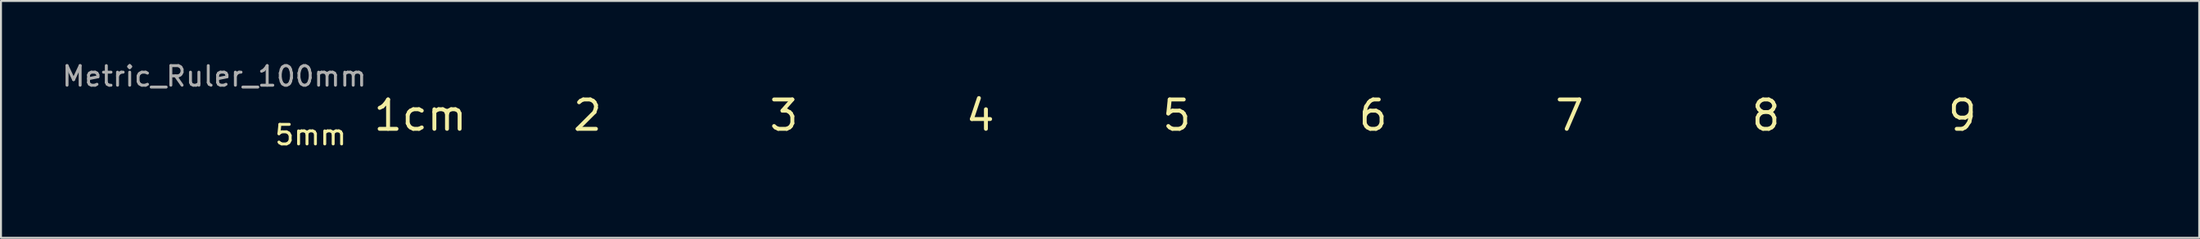
<source format=kicad_pcb>
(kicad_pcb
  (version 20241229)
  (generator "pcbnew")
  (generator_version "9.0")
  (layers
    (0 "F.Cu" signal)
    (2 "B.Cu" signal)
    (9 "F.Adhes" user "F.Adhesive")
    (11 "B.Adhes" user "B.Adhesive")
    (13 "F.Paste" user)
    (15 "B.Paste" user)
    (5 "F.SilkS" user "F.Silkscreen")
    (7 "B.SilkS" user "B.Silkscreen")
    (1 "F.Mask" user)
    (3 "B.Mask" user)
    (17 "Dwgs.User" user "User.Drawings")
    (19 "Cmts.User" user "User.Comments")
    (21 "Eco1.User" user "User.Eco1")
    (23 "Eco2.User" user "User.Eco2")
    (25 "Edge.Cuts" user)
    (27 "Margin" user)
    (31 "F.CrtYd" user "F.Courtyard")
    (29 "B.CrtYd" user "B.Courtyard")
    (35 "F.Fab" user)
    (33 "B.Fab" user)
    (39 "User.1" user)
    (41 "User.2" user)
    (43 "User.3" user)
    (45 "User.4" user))
  (footprint "Metric_Ruler_100mm"
    (layer "F.Cu")
    (at 5.863 5.848)
    (property "Reference" "Metric_Ruler_100mm" (at 2 -5 0) (layer "F.Fab") (effects (font (size 1 1) (thickness 0.15))))
    (attr through_hole)
    (fp_line (start 0 0) (end 0 -3) (stroke (width 0.12) (type solid)) (layer "F.Paste"))
    (fp_line (start 1 0) (end 1 -1) (stroke (width 0.12) (type solid)) (layer "F.Paste"))
    (fp_line (start 2 0) (end 2 -1) (stroke (width 0.12) (type solid)) (layer "F.Paste"))
    (fp_line (start 3 0) (end 3 -1) (stroke (width 0.12) (type solid)) (layer "F.Paste"))
    (fp_line (start 4 0) (end 4 -1) (stroke (width 0.12) (type solid)) (layer "F.Paste"))
    (fp_line (start 5 0) (end 5 -2) (stroke (width 0.12) (type solid)) (layer "F.Paste"))
    (fp_line (start 6 0) (end 6 -1) (stroke (width 0.12) (type solid)) (layer "F.Paste"))
    (fp_line (start 7 0) (end 7 -1) (stroke (width 0.12) (type solid)) (layer "F.Paste"))
    (fp_line (start 8 0) (end 8 -1) (stroke (width 0.12) (type solid)) (layer "F.Paste"))
    (fp_line (start 9 0) (end 9 -1) (stroke (width 0.12) (type solid)) (layer "F.Paste"))
    (fp_line (start 10 0) (end 10 -3) (stroke (width 0.12) (type solid)) (layer "F.Paste"))
    (fp_line (start 11 0) (end 11 -1) (stroke (width 0.12) (type solid)) (layer "F.Paste"))
    (fp_line (start 12 0) (end 12 -1) (stroke (width 0.12) (type solid)) (layer "F.Paste"))
    (fp_line (start 13 0) (end 13 -1) (stroke (width 0.12) (type solid)) (layer "F.Paste"))
    (fp_line (start 14 0) (end 14 -1) (stroke (width 0.12) (type solid)) (layer "F.Paste"))
    (fp_line (start 15 0) (end 15 -2) (stroke (width 0.12) (type solid)) (layer "F.Paste"))
    (fp_line (start 16 0) (end 16 -1) (stroke (width 0.12) (type solid)) (layer "F.Paste"))
    (fp_line (start 17 0) (end 17 -1) (stroke (width 0.12) (type solid)) (layer "F.Paste"))
    (fp_line (start 18 0) (end 18 -1) (stroke (width 0.12) (type solid)) (layer "F.Paste"))
    (fp_line (start 19 0) (end 19 -1) (stroke (width 0.12) (type solid)) (layer "F.Paste"))
    (fp_line (start 20 0) (end 20 -3) (stroke (width 0.12) (type solid)) (layer "F.Paste"))
    (fp_line (start 21 0) (end 21 -1) (stroke (width 0.12) (type solid)) (layer "F.Paste"))
    (fp_line (start 22 0) (end 22 -1) (stroke (width 0.12) (type solid)) (layer "F.Paste"))
    (fp_line (start 23 0) (end 23 -1) (stroke (width 0.12) (type solid)) (layer "F.Paste"))
    (fp_line (start 24 0) (end 24 -1) (stroke (width 0.12) (type solid)) (layer "F.Paste"))
    (fp_line (start 25 0) (end 25 -2) (stroke (width 0.12) (type solid)) (layer "F.Paste"))
    (fp_line (start 26 0) (end 26 -1) (stroke (width 0.12) (type solid)) (layer "F.Paste"))
    (fp_line (start 27 0) (end 27 -1) (stroke (width 0.12) (type solid)) (layer "F.Paste"))
    (fp_line (start 28 0) (end 28 -1) (stroke (width 0.12) (type solid)) (layer "F.Paste"))
    (fp_line (start 29 0) (end 29 -1) (stroke (width 0.12) (type solid)) (layer "F.Paste"))
    (fp_line (start 30 0) (end 30 -3) (stroke (width 0.12) (type solid)) (layer "F.Paste"))
    (fp_line (start 31 0) (end 31 -1) (stroke (width 0.12) (type solid)) (layer "F.Paste"))
    (fp_line (start 32 0) (end 32 -1) (stroke (width 0.12) (type solid)) (layer "F.Paste"))
    (fp_line (start 33 0) (end 33 -1) (stroke (width 0.12) (type solid)) (layer "F.Paste"))
    (fp_line (start 34 0) (end 34 -1) (stroke (width 0.12) (type solid)) (layer "F.Paste"))
    (fp_line (start 35 0) (end 35 -2) (stroke (width 0.12) (type solid)) (layer "F.Paste"))
    (fp_line (start 36 0) (end 36 -1) (stroke (width 0.12) (type solid)) (layer "F.Paste"))
    (fp_line (start 37 0) (end 37 -1) (stroke (width 0.12) (type solid)) (layer "F.Paste"))
    (fp_line (start 38 0) (end 38 -1) (stroke (width 0.12) (type solid)) (layer "F.Paste"))
    (fp_line (start 39 0) (end 39 -1) (stroke (width 0.12) (type solid)) (layer "F.Paste"))
    (fp_line (start 40 0) (end 40 -3) (stroke (width 0.12) (type solid)) (layer "F.Paste"))
    (fp_line (start 41 0) (end 41 -1) (stroke (width 0.12) (type solid)) (layer "F.Paste"))
    (fp_line (start 42 0) (end 42 -1) (stroke (width 0.12) (type solid)) (layer "F.Paste"))
    (fp_line (start 43 0) (end 43 -1) (stroke (width 0.12) (type solid)) (layer "F.Paste"))
    (fp_line (start 44 0) (end 44 -1) (stroke (width 0.12) (type solid)) (layer "F.Paste"))
    (fp_line (start 45 0) (end 45 -2) (stroke (width 0.12) (type solid)) (layer "F.Paste"))
    (fp_line (start 46 0) (end 46 -1) (stroke (width 0.12) (type solid)) (layer "F.Paste"))
    (fp_line (start 47 0) (end 47 -1) (stroke (width 0.12) (type solid)) (layer "F.Paste"))
    (fp_line (start 48 0) (end 48 -1) (stroke (width 0.12) (type solid)) (layer "F.Paste"))
    (fp_line (start 49 0) (end 49 -1) (stroke (width 0.12) (type solid)) (layer "F.Paste"))
    (fp_line (start 50 0) (end 50 -3) (stroke (width 0.12) (type solid)) (layer "F.Paste"))
    (fp_line (start 51 0) (end 51 -1) (stroke (width 0.12) (type solid)) (layer "F.Paste"))
    (fp_line (start 52 0) (end 52 -1) (stroke (width 0.12) (type solid)) (layer "F.Paste"))
    (fp_line (start 53 0) (end 53 -1) (stroke (width 0.12) (type solid)) (layer "F.Paste"))
    (fp_line (start 54 0) (end 54 -1) (stroke (width 0.12) (type solid)) (layer "F.Paste"))
    (fp_line (start 55 0) (end 55 -2) (stroke (width 0.12) (type solid)) (layer "F.Paste"))
    (fp_line (start 56 0) (end 56 -1) (stroke (width 0.12) (type solid)) (layer "F.Paste"))
    (fp_line (start 57 0) (end 57 -1) (stroke (width 0.12) (type solid)) (layer "F.Paste"))
    (fp_line (start 58 0) (end 58 -1) (stroke (width 0.12) (type solid)) (layer "F.Paste"))
    (fp_line (start 59 0) (end 59 -1) (stroke (width 0.12) (type solid)) (layer "F.Paste"))
    (fp_line (start 60 0) (end 60 -3) (stroke (width 0.12) (type solid)) (layer "F.Paste"))
    (fp_line (start 61 0) (end 61 -1) (stroke (width 0.12) (type solid)) (layer "F.Paste"))
    (fp_line (start 62 0) (end 62 -1) (stroke (width 0.12) (type solid)) (layer "F.Paste"))
    (fp_line (start 63 0) (end 63 -1) (stroke (width 0.12) (type solid)) (layer "F.Paste"))
    (fp_line (start 64 0) (end 64 -1) (stroke (width 0.12) (type solid)) (layer "F.Paste"))
    (fp_line (start 65 0) (end 65 -2) (stroke (width 0.12) (type solid)) (layer "F.Paste"))
    (fp_line (start 66 0) (end 66 -1) (stroke (width 0.12) (type solid)) (layer "F.Paste"))
    (fp_line (start 67 0) (end 67 -1) (stroke (width 0.12) (type solid)) (layer "F.Paste"))
    (fp_line (start 68 0) (end 68 -1) (stroke (width 0.12) (type solid)) (layer "F.Paste"))
    (fp_line (start 69 0) (end 69 -1) (stroke (width 0.12) (type solid)) (layer "F.Paste"))
    (fp_line (start 70 0) (end 70 -3) (stroke (width 0.12) (type solid)) (layer "F.Paste"))
    (fp_line (start 71 0) (end 71 -1) (stroke (width 0.12) (type solid)) (layer "F.Paste"))
    (fp_line (start 72 0) (end 72 -1) (stroke (width 0.12) (type solid)) (layer "F.Paste"))
    (fp_line (start 73 0) (end 73 -1) (stroke (width 0.12) (type solid)) (layer "F.Paste"))
    (fp_line (start 74 0) (end 74 -1) (stroke (width 0.12) (type solid)) (layer "F.Paste"))
    (fp_line (start 75 0) (end 75 -2) (stroke (width 0.12) (type solid)) (layer "F.Paste"))
    (fp_line (start 76 0) (end 76 -1) (stroke (width 0.12) (type solid)) (layer "F.Paste"))
    (fp_line (start 77 0) (end 77 -1) (stroke (width 0.12) (type solid)) (layer "F.Paste"))
    (fp_line (start 78 0) (end 78 -1) (stroke (width 0.12) (type solid)) (layer "F.Paste"))
    (fp_line (start 79 0) (end 79 -1) (stroke (width 0.12) (type solid)) (layer "F.Paste"))
    (fp_line (start 80 0) (end 80 -3) (stroke (width 0.12) (type solid)) (layer "F.Paste"))
    (fp_line (start 81 0) (end 81 -1) (stroke (width 0.12) (type solid)) (layer "F.Paste"))
    (fp_line (start 82 0) (end 82 -1) (stroke (width 0.12) (type solid)) (layer "F.Paste"))
    (fp_line (start 83 0) (end 83 -1) (stroke (width 0.12) (type solid)) (layer "F.Paste"))
    (fp_line (start 84 0) (end 84 -1) (stroke (width 0.12) (type solid)) (layer "F.Paste"))
    (fp_line (start 85 0) (end 85 -2) (stroke (width 0.12) (type solid)) (layer "F.Paste"))
    (fp_line (start 86 0) (end 86 -1) (stroke (width 0.12) (type solid)) (layer "F.Paste"))
    (fp_line (start 87 0) (end 87 -1) (stroke (width 0.12) (type solid)) (layer "F.Paste"))
    (fp_line (start 88 0) (end 88 -1) (stroke (width 0.12) (type solid)) (layer "F.Paste"))
    (fp_line (start 89 0) (end 89 -1) (stroke (width 0.12) (type solid)) (layer "F.Paste"))
    (fp_line (start 90 0) (end 90 -3) (stroke (width 0.12) (type solid)) (layer "F.Paste"))
    (fp_line (start 91 0) (end 91 -1) (stroke (width 0.12) (type solid)) (layer "F.Paste"))
    (fp_line (start 92 0) (end 92 -1) (stroke (width 0.12) (type solid)) (layer "F.Paste"))
    (fp_line (start 93 0) (end 93 -1) (stroke (width 0.12) (type solid)) (layer "F.Paste"))
    (fp_line (start 94 0) (end 94 -1) (stroke (width 0.12) (type solid)) (layer "F.Paste"))
    (fp_line (start 95 0) (end 95 -2) (stroke (width 0.12) (type solid)) (layer "F.Paste"))
    (fp_line (start 96 0) (end 96 -1) (stroke (width 0.12) (type solid)) (layer "F.Paste"))
    (fp_line (start 97 0) (end 97 -1) (stroke (width 0.12) (type solid)) (layer "F.Paste"))
    (fp_line (start 98 0) (end 98 -1) (stroke (width 0.12) (type solid)) (layer "F.Paste"))
    (fp_line (start 99 0) (end 99 -1) (stroke (width 0.12) (type solid)) (layer "F.Paste"))
    (fp_line (start 100 0) (end 100 -3) (stroke (width 0.12) (type solid)) (layer "F.Paste"))
    (fp_text user "7" (at 71 -3 0) (layer "F.SilkS") (effects (font (size 1.5 1.5) (thickness 0.2))))
    (fp_text user "9" (at 91 -3 0) (layer "F.SilkS") (effects (font (size 1.5 1.5) (thickness 0.2))))
    (fp_text user "5mm" (at 5 -2 0) (layer "F.SilkS") (effects (font (size 1 1) (thickness 0.15)) (justify left)))
    (fp_text user "5" (at 51 -3 0) (layer "F.SilkS") (effects (font (size 1.5 1.5) (thickness 0.2))))
    (fp_text user "2" (at 21 -3 0) (layer "F.SilkS") (effects (font (size 1.5 1.5) (thickness 0.2))))
    (fp_text user "3" (at 31 -3 0) (layer "F.SilkS") (effects (font (size 1.5 1.5) (thickness 0.2))))
    (fp_text user "8" (at 81 -3 0) (layer "F.SilkS") (effects (font (size 1.5 1.5) (thickness 0.2))))
    (fp_text user "4" (at 41 -3 0) (layer "F.SilkS") (effects (font (size 1.5 1.5) (thickness 0.2))))
    (fp_text user "1cm" (at 10 -3 0) (layer "F.SilkS") (effects (font (size 1.5 1.5) (thickness 0.2)) (justify left)))
    (fp_text user "6" (at 61 -3 0) (layer "F.SilkS") (effects (font (size 1.5 1.5) (thickness 0.2)))))
  (gr_rect
    (start -3 -3)
    (end 108.923 9.098)
    (stroke (width 0.1) (type default))
    (fill no)
    (layer "Edge.Cuts")))
</source>
